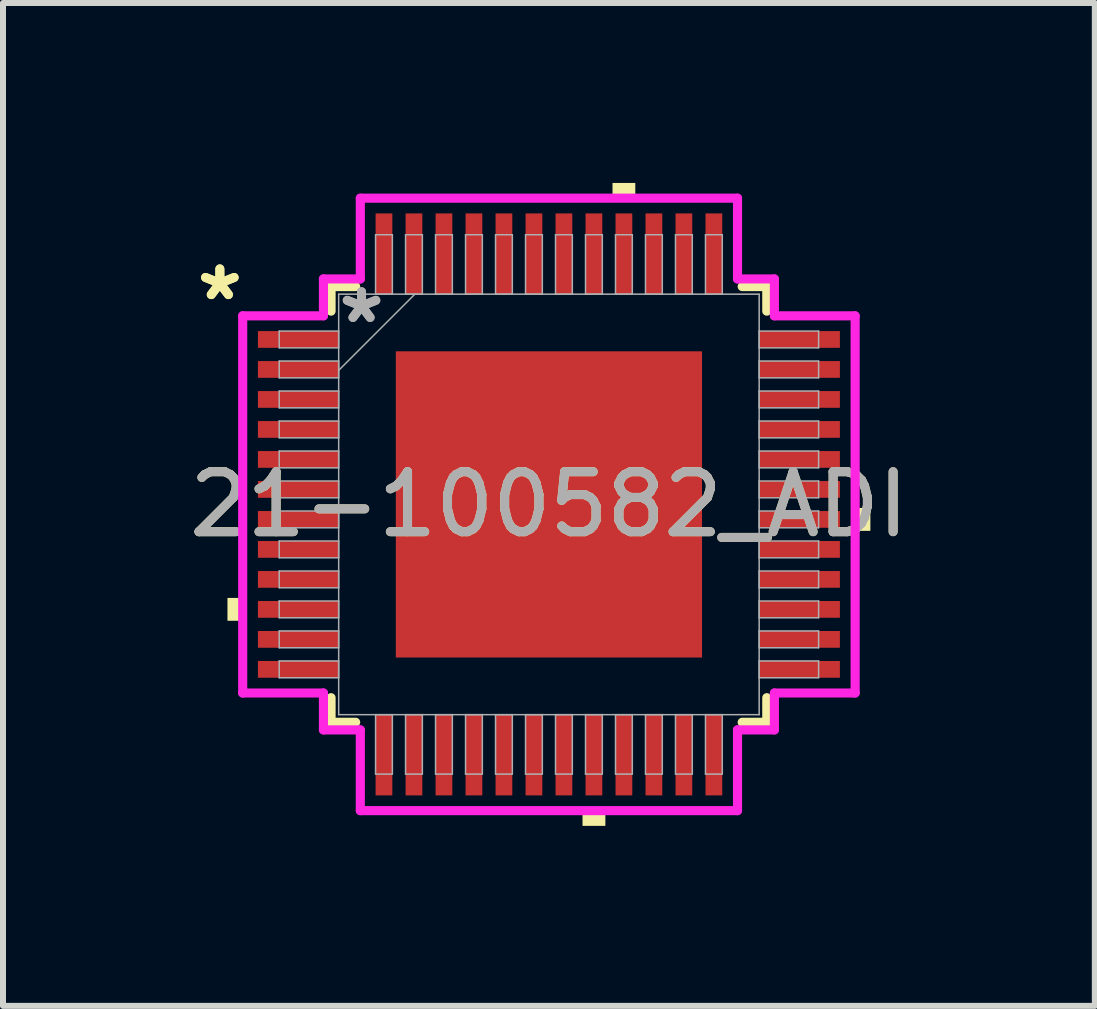
<source format=kicad_pcb>
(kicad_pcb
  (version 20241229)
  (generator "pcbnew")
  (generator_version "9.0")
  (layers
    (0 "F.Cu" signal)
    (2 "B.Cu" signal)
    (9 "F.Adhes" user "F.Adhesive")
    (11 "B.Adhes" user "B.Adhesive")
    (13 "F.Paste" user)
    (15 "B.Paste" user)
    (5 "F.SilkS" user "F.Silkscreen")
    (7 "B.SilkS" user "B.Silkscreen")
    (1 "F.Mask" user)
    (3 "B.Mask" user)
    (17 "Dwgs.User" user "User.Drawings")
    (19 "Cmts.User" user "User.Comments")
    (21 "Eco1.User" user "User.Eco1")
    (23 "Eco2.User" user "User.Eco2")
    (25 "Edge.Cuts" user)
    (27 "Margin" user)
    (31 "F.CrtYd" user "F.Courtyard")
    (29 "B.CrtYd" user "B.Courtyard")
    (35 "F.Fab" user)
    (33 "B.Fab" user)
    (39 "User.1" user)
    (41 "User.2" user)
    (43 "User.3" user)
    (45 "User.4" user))
  (footprint "21-100582_ADI"
    (layer "F.Cu")
    (at 6.101 5.359)
    (property "Reference" "21-100582_ADI" (at 0 0 0) (unlocked yes) (layer "F.SilkS") (effects (font (size 1 1) (thickness 0.15))))
    (attr smd)
    (fp_line (start -3.632 -3.632) (end -3.632 -3.222) (stroke (width 0.152) (type solid)) (layer "F.SilkS"))
    (fp_line (start -3.632 3.222) (end -3.632 3.632) (stroke (width 0.152) (type solid)) (layer "F.SilkS"))
    (fp_line (start -3.632 3.632) (end -3.222 3.632) (stroke (width 0.152) (type solid)) (layer "F.SilkS"))
    (fp_line (start -3.222 -3.632) (end -3.632 -3.632) (stroke (width 0.152) (type solid)) (layer "F.SilkS"))
    (fp_line (start 3.222 3.632) (end 3.632 3.632) (stroke (width 0.152) (type solid)) (layer "F.SilkS"))
    (fp_line (start 3.632 -3.632) (end 3.222 -3.632) (stroke (width 0.152) (type solid)) (layer "F.SilkS"))
    (fp_line (start 3.632 -3.222) (end 3.632 -3.632) (stroke (width 0.152) (type solid)) (layer "F.SilkS"))
    (fp_line (start 3.632 3.632) (end 3.632 3.222) (stroke (width 0.152) (type solid)) (layer "F.SilkS"))
    (fp_poly (pts (xy -5.359 1.559) (xy -5.359 1.94) (xy -5.105 1.94) (xy -5.105 1.559)) (stroke (width 0) (type solid)) (fill yes) (layer "F.SilkS"))
    (fp_poly (pts (xy 0.56 5.105) (xy 0.56 5.359) (xy 0.941 5.359) (xy 0.941 5.105)) (stroke (width 0) (type solid)) (fill yes) (layer "F.SilkS"))
    (fp_poly (pts (xy 1.06 -5.105) (xy 1.06 -5.359) (xy 1.44 -5.359) (xy 1.44 -5.105)) (stroke (width 0) (type solid)) (fill yes) (layer "F.SilkS"))
    (fp_poly (pts (xy 5.359 0.059) (xy 5.359 0.441) (xy 5.105 0.441) (xy 5.105 0.059)) (stroke (width 0) (type solid)) (fill yes) (layer "F.SilkS"))
    (fp_poly (pts (xy -2.453 -2.453) (xy -2.453 -1.376) (xy -1.376 -1.376) (xy -1.376 -2.453)) (stroke (width 0) (type solid)) (fill yes) (layer "F.Paste"))
    (fp_poly (pts (xy -2.453 -1.176) (xy -2.453 -0.1) (xy -1.376 -0.1) (xy -1.376 -1.176)) (stroke (width 0) (type solid)) (fill yes) (layer "F.Paste"))
    (fp_poly (pts (xy -2.453 0.1) (xy -2.453 1.176) (xy -1.376 1.176) (xy -1.376 0.1)) (stroke (width 0) (type solid)) (fill yes) (layer "F.Paste"))
    (fp_poly (pts (xy -2.453 1.376) (xy -2.453 2.453) (xy -1.376 2.453) (xy -1.376 1.376)) (stroke (width 0) (type solid)) (fill yes) (layer "F.Paste"))
    (fp_poly (pts (xy -1.176 -2.453) (xy -1.176 -1.376) (xy -0.1 -1.376) (xy -0.1 -2.453)) (stroke (width 0) (type solid)) (fill yes) (layer "F.Paste"))
    (fp_poly (pts (xy -1.176 -1.176) (xy -1.176 -0.1) (xy -0.1 -0.1) (xy -0.1 -1.176)) (stroke (width 0) (type solid)) (fill yes) (layer "F.Paste"))
    (fp_poly (pts (xy -1.176 0.1) (xy -1.176 1.176) (xy -0.1 1.176) (xy -0.1 0.1)) (stroke (width 0) (type solid)) (fill yes) (layer "F.Paste"))
    (fp_poly (pts (xy -1.176 1.376) (xy -1.176 2.453) (xy -0.1 2.453) (xy -0.1 1.376)) (stroke (width 0) (type solid)) (fill yes) (layer "F.Paste"))
    (fp_poly (pts (xy 0.1 -2.453) (xy 0.1 -1.376) (xy 1.176 -1.376) (xy 1.176 -2.453)) (stroke (width 0) (type solid)) (fill yes) (layer "F.Paste"))
    (fp_poly (pts (xy 0.1 -1.176) (xy 0.1 -0.1) (xy 1.176 -0.1) (xy 1.176 -1.176)) (stroke (width 0) (type solid)) (fill yes) (layer "F.Paste"))
    (fp_poly (pts (xy 0.1 0.1) (xy 0.1 1.176) (xy 1.176 1.176) (xy 1.176 0.1)) (stroke (width 0) (type solid)) (fill yes) (layer "F.Paste"))
    (fp_poly (pts (xy 0.1 1.376) (xy 0.1 2.453) (xy 1.176 2.453) (xy 1.176 1.376)) (stroke (width 0) (type solid)) (fill yes) (layer "F.Paste"))
    (fp_poly (pts (xy 1.376 -2.453) (xy 1.376 -1.376) (xy 2.453 -1.376) (xy 2.453 -2.453)) (stroke (width 0) (type solid)) (fill yes) (layer "F.Paste"))
    (fp_poly (pts (xy 1.376 -1.176) (xy 1.376 -0.1) (xy 2.453 -0.1) (xy 2.453 -1.176)) (stroke (width 0) (type solid)) (fill yes) (layer "F.Paste"))
    (fp_poly (pts (xy 1.376 0.1) (xy 1.376 1.176) (xy 2.453 1.176) (xy 2.453 0.1)) (stroke (width 0) (type solid)) (fill yes) (layer "F.Paste"))
    (fp_poly (pts (xy 1.376 1.376) (xy 1.376 2.453) (xy 2.453 2.453) (xy 2.453 1.376)) (stroke (width 0) (type solid)) (fill yes) (layer "F.Paste"))
    (fp_line (start -5.105 -3.144) (end -3.759 -3.144) (stroke (width 0.152) (type solid)) (layer "F.CrtYd"))
    (fp_line (start -5.105 3.144) (end -5.105 -3.144) (stroke (width 0.152) (type solid)) (layer "F.CrtYd"))
    (fp_line (start -3.759 -3.759) (end -3.144 -3.759) (stroke (width 0.152) (type solid)) (layer "F.CrtYd"))
    (fp_line (start -3.759 -3.144) (end -3.759 -3.759) (stroke (width 0.152) (type solid)) (layer "F.CrtYd"))
    (fp_line (start -3.759 3.144) (end -5.105 3.144) (stroke (width 0.152) (type solid)) (layer "F.CrtYd"))
    (fp_line (start -3.759 3.759) (end -3.759 3.144) (stroke (width 0.152) (type solid)) (layer "F.CrtYd"))
    (fp_line (start -3.759 3.759) (end -3.144 3.759) (stroke (width 0.152) (type solid)) (layer "F.CrtYd"))
    (fp_line (start -3.144 -5.105) (end 3.144 -5.105) (stroke (width 0.152) (type solid)) (layer "F.CrtYd"))
    (fp_line (start -3.144 -3.759) (end -3.144 -5.105) (stroke (width 0.152) (type solid)) (layer "F.CrtYd"))
    (fp_line (start -3.144 3.759) (end -3.144 5.105) (stroke (width 0.152) (type solid)) (layer "F.CrtYd"))
    (fp_line (start -3.144 5.105) (end 3.144 5.105) (stroke (width 0.152) (type solid)) (layer "F.CrtYd"))
    (fp_line (start 3.144 -5.105) (end 3.144 -3.759) (stroke (width 0.152) (type solid)) (layer "F.CrtYd"))
    (fp_line (start 3.144 -3.759) (end 3.759 -3.759) (stroke (width 0.152) (type solid)) (layer "F.CrtYd"))
    (fp_line (start 3.144 3.759) (end 3.759 3.759) (stroke (width 0.152) (type solid)) (layer "F.CrtYd"))
    (fp_line (start 3.144 5.105) (end 3.144 3.759) (stroke (width 0.152) (type solid)) (layer "F.CrtYd"))
    (fp_line (start 3.759 -3.144) (end 3.759 -3.759) (stroke (width 0.152) (type solid)) (layer "F.CrtYd"))
    (fp_line (start 3.759 3.144) (end 5.105 3.144) (stroke (width 0.152) (type solid)) (layer "F.CrtYd"))
    (fp_line (start 3.759 3.759) (end 3.759 3.144) (stroke (width 0.152) (type solid)) (layer "F.CrtYd"))
    (fp_line (start 5.105 -3.144) (end 3.759 -3.144) (stroke (width 0.152) (type solid)) (layer "F.CrtYd"))
    (fp_line (start 5.105 3.144) (end 5.105 -3.144) (stroke (width 0.152) (type solid)) (layer "F.CrtYd"))
    (fp_line (start -4.496 -2.89) (end -4.496 -2.61) (stroke (width 0.025) (type solid)) (layer "F.Fab"))
    (fp_line (start -4.496 -2.61) (end -3.505 -2.61) (stroke (width 0.025) (type solid)) (layer "F.Fab"))
    (fp_line (start -4.496 -2.39) (end -4.496 -2.11) (stroke (width 0.025) (type solid)) (layer "F.Fab"))
    (fp_line (start -4.496 -2.11) (end -3.505 -2.11) (stroke (width 0.025) (type solid)) (layer "F.Fab"))
    (fp_line (start -4.496 -1.89) (end -4.496 -1.61) (stroke (width 0.025) (type solid)) (layer "F.Fab"))
    (fp_line (start -4.496 -1.61) (end -3.505 -1.61) (stroke (width 0.025) (type solid)) (layer "F.Fab"))
    (fp_line (start -4.496 -1.39) (end -4.496 -1.11) (stroke (width 0.025) (type solid)) (layer "F.Fab"))
    (fp_line (start -4.496 -1.11) (end -3.505 -1.11) (stroke (width 0.025) (type solid)) (layer "F.Fab"))
    (fp_line (start -4.496 -0.89) (end -4.496 -0.61) (stroke (width 0.025) (type solid)) (layer "F.Fab"))
    (fp_line (start -4.496 -0.61) (end -3.505 -0.61) (stroke (width 0.025) (type solid)) (layer "F.Fab"))
    (fp_line (start -4.496 -0.39) (end -4.496 -0.11) (stroke (width 0.025) (type solid)) (layer "F.Fab"))
    (fp_line (start -4.496 -0.11) (end -3.505 -0.11) (stroke (width 0.025) (type solid)) (layer "F.Fab"))
    (fp_line (start -4.496 0.11) (end -4.496 0.39) (stroke (width 0.025) (type solid)) (layer "F.Fab"))
    (fp_line (start -4.496 0.39) (end -3.505 0.39) (stroke (width 0.025) (type solid)) (layer "F.Fab"))
    (fp_line (start -4.496 0.61) (end -4.496 0.89) (stroke (width 0.025) (type solid)) (layer "F.Fab"))
    (fp_line (start -4.496 0.89) (end -3.505 0.89) (stroke (width 0.025) (type solid)) (layer "F.Fab"))
    (fp_line (start -4.496 1.11) (end -4.496 1.39) (stroke (width 0.025) (type solid)) (layer "F.Fab"))
    (fp_line (start -4.496 1.39) (end -3.505 1.39) (stroke (width 0.025) (type solid)) (layer "F.Fab"))
    (fp_line (start -4.496 1.61) (end -4.496 1.89) (stroke (width 0.025) (type solid)) (layer "F.Fab"))
    (fp_line (start -4.496 1.89) (end -3.505 1.89) (stroke (width 0.025) (type solid)) (layer "F.Fab"))
    (fp_line (start -4.496 2.11) (end -4.496 2.39) (stroke (width 0.025) (type solid)) (layer "F.Fab"))
    (fp_line (start -4.496 2.39) (end -3.505 2.39) (stroke (width 0.025) (type solid)) (layer "F.Fab"))
    (fp_line (start -4.496 2.61) (end -4.496 2.89) (stroke (width 0.025) (type solid)) (layer "F.Fab"))
    (fp_line (start -4.496 2.89) (end -3.505 2.89) (stroke (width 0.025) (type solid)) (layer "F.Fab"))
    (fp_line (start -3.505 -3.505) (end -3.505 3.505) (stroke (width 0.025) (type solid)) (layer "F.Fab"))
    (fp_line (start -3.505 -2.89) (end -4.496 -2.89) (stroke (width 0.025) (type solid)) (layer "F.Fab"))
    (fp_line (start -3.505 -2.61) (end -3.505 -2.89) (stroke (width 0.025) (type solid)) (layer "F.Fab"))
    (fp_line (start -3.505 -2.39) (end -4.496 -2.39) (stroke (width 0.025) (type solid)) (layer "F.Fab"))
    (fp_line (start -3.505 -2.235) (end -2.235 -3.505) (stroke (width 0.025) (type solid)) (layer "F.Fab"))
    (fp_line (start -3.505 -2.11) (end -3.505 -2.39) (stroke (width 0.025) (type solid)) (layer "F.Fab"))
    (fp_line (start -3.505 -1.89) (end -4.496 -1.89) (stroke (width 0.025) (type solid)) (layer "F.Fab"))
    (fp_line (start -3.505 -1.61) (end -3.505 -1.89) (stroke (width 0.025) (type solid)) (layer "F.Fab"))
    (fp_line (start -3.505 -1.39) (end -4.496 -1.39) (stroke (width 0.025) (type solid)) (layer "F.Fab"))
    (fp_line (start -3.505 -1.11) (end -3.505 -1.39) (stroke (width 0.025) (type solid)) (layer "F.Fab"))
    (fp_line (start -3.505 -0.89) (end -4.496 -0.89) (stroke (width 0.025) (type solid)) (layer "F.Fab"))
    (fp_line (start -3.505 -0.61) (end -3.505 -0.89) (stroke (width 0.025) (type solid)) (layer "F.Fab"))
    (fp_line (start -3.505 -0.39) (end -4.496 -0.39) (stroke (width 0.025) (type solid)) (layer "F.Fab"))
    (fp_line (start -3.505 -0.11) (end -3.505 -0.39) (stroke (width 0.025) (type solid)) (layer "F.Fab"))
    (fp_line (start -3.505 0.11) (end -4.496 0.11) (stroke (width 0.025) (type solid)) (layer "F.Fab"))
    (fp_line (start -3.505 0.39) (end -3.505 0.11) (stroke (width 0.025) (type solid)) (layer "F.Fab"))
    (fp_line (start -3.505 0.61) (end -4.496 0.61) (stroke (width 0.025) (type solid)) (layer "F.Fab"))
    (fp_line (start -3.505 0.89) (end -3.505 0.61) (stroke (width 0.025) (type solid)) (layer "F.Fab"))
    (fp_line (start -3.505 1.11) (end -4.496 1.11) (stroke (width 0.025) (type solid)) (layer "F.Fab"))
    (fp_line (start -3.505 1.39) (end -3.505 1.11) (stroke (width 0.025) (type solid)) (layer "F.Fab"))
    (fp_line (start -3.505 1.61) (end -4.496 1.61) (stroke (width 0.025) (type solid)) (layer "F.Fab"))
    (fp_line (start -3.505 1.89) (end -3.505 1.61) (stroke (width 0.025) (type solid)) (layer "F.Fab"))
    (fp_line (start -3.505 2.11) (end -4.496 2.11) (stroke (width 0.025) (type solid)) (layer "F.Fab"))
    (fp_line (start -3.505 2.39) (end -3.505 2.11) (stroke (width 0.025) (type solid)) (layer "F.Fab"))
    (fp_line (start -3.505 2.61) (end -4.496 2.61) (stroke (width 0.025) (type solid)) (layer "F.Fab"))
    (fp_line (start -3.505 2.89) (end -3.505 2.61) (stroke (width 0.025) (type solid)) (layer "F.Fab"))
    (fp_line (start -3.505 3.505) (end 3.505 3.505) (stroke (width 0.025) (type solid)) (layer "F.Fab"))
    (fp_line (start -2.89 -4.496) (end -2.89 -3.505) (stroke (width 0.025) (type solid)) (layer "F.Fab"))
    (fp_line (start -2.89 -3.505) (end -2.61 -3.505) (stroke (width 0.025) (type solid)) (layer "F.Fab"))
    (fp_line (start -2.89 3.505) (end -2.89 4.496) (stroke (width 0.025) (type solid)) (layer "F.Fab"))
    (fp_line (start -2.89 4.496) (end -2.61 4.496) (stroke (width 0.025) (type solid)) (layer "F.Fab"))
    (fp_line (start -2.61 -4.496) (end -2.89 -4.496) (stroke (width 0.025) (type solid)) (layer "F.Fab"))
    (fp_line (start -2.61 -3.505) (end -2.61 -4.496) (stroke (width 0.025) (type solid)) (layer "F.Fab"))
    (fp_line (start -2.61 3.505) (end -2.89 3.505) (stroke (width 0.025) (type solid)) (layer "F.Fab"))
    (fp_line (start -2.61 4.496) (end -2.61 3.505) (stroke (width 0.025) (type solid)) (layer "F.Fab"))
    (fp_line (start -2.39 -4.496) (end -2.39 -3.505) (stroke (width 0.025) (type solid)) (layer "F.Fab"))
    (fp_line (start -2.39 -3.505) (end -2.11 -3.505) (stroke (width 0.025) (type solid)) (layer "F.Fab"))
    (fp_line (start -2.39 3.505) (end -2.39 4.496) (stroke (width 0.025) (type solid)) (layer "F.Fab"))
    (fp_line (start -2.39 4.496) (end -2.11 4.496) (stroke (width 0.025) (type solid)) (layer "F.Fab"))
    (fp_line (start -2.11 -4.496) (end -2.39 -4.496) (stroke (width 0.025) (type solid)) (layer "F.Fab"))
    (fp_line (start -2.11 -3.505) (end -2.11 -4.496) (stroke (width 0.025) (type solid)) (layer "F.Fab"))
    (fp_line (start -2.11 3.505) (end -2.39 3.505) (stroke (width 0.025) (type solid)) (layer "F.Fab"))
    (fp_line (start -2.11 4.496) (end -2.11 3.505) (stroke (width 0.025) (type solid)) (layer "F.Fab"))
    (fp_line (start -1.89 -4.496) (end -1.89 -3.505) (stroke (width 0.025) (type solid)) (layer "F.Fab"))
    (fp_line (start -1.89 -3.505) (end -1.61 -3.505) (stroke (width 0.025) (type solid)) (layer "F.Fab"))
    (fp_line (start -1.89 3.505) (end -1.89 4.496) (stroke (width 0.025) (type solid)) (layer "F.Fab"))
    (fp_line (start -1.89 4.496) (end -1.61 4.496) (stroke (width 0.025) (type solid)) (layer "F.Fab"))
    (fp_line (start -1.61 -4.496) (end -1.89 -4.496) (stroke (width 0.025) (type solid)) (layer "F.Fab"))
    (fp_line (start -1.61 -3.505) (end -1.61 -4.496) (stroke (width 0.025) (type solid)) (layer "F.Fab"))
    (fp_line (start -1.61 3.505) (end -1.89 3.505) (stroke (width 0.025) (type solid)) (layer "F.Fab"))
    (fp_line (start -1.61 4.496) (end -1.61 3.505) (stroke (width 0.025) (type solid)) (layer "F.Fab"))
    (fp_line (start -1.39 -4.496) (end -1.39 -3.505) (stroke (width 0.025) (type solid)) (layer "F.Fab"))
    (fp_line (start -1.39 -3.505) (end -1.11 -3.505) (stroke (width 0.025) (type solid)) (layer "F.Fab"))
    (fp_line (start -1.39 3.505) (end -1.39 4.496) (stroke (width 0.025) (type solid)) (layer "F.Fab"))
    (fp_line (start -1.39 4.496) (end -1.11 4.496) (stroke (width 0.025) (type solid)) (layer "F.Fab"))
    (fp_line (start -1.11 -4.496) (end -1.39 -4.496) (stroke (width 0.025) (type solid)) (layer "F.Fab"))
    (fp_line (start -1.11 -3.505) (end -1.11 -4.496) (stroke (width 0.025) (type solid)) (layer "F.Fab"))
    (fp_line (start -1.11 3.505) (end -1.39 3.505) (stroke (width 0.025) (type solid)) (layer "F.Fab"))
    (fp_line (start -1.11 4.496) (end -1.11 3.505) (stroke (width 0.025) (type solid)) (layer "F.Fab"))
    (fp_line (start -0.89 -4.496) (end -0.89 -3.505) (stroke (width 0.025) (type solid)) (layer "F.Fab"))
    (fp_line (start -0.89 -3.505) (end -0.61 -3.505) (stroke (width 0.025) (type solid)) (layer "F.Fab"))
    (fp_line (start -0.89 3.505) (end -0.89 4.496) (stroke (width 0.025) (type solid)) (layer "F.Fab"))
    (fp_line (start -0.89 4.496) (end -0.61 4.496) (stroke (width 0.025) (type solid)) (layer "F.Fab"))
    (fp_line (start -0.61 -4.496) (end -0.89 -4.496) (stroke (width 0.025) (type solid)) (layer "F.Fab"))
    (fp_line (start -0.61 -3.505) (end -0.61 -4.496) (stroke (width 0.025) (type solid)) (layer "F.Fab"))
    (fp_line (start -0.61 3.505) (end -0.89 3.505) (stroke (width 0.025) (type solid)) (layer "F.Fab"))
    (fp_line (start -0.61 4.496) (end -0.61 3.505) (stroke (width 0.025) (type solid)) (layer "F.Fab"))
    (fp_line (start -0.39 -4.496) (end -0.39 -3.505) (stroke (width 0.025) (type solid)) (layer "F.Fab"))
    (fp_line (start -0.39 -3.505) (end -0.11 -3.505) (stroke (width 0.025) (type solid)) (layer "F.Fab"))
    (fp_line (start -0.39 3.505) (end -0.39 4.496) (stroke (width 0.025) (type solid)) (layer "F.Fab"))
    (fp_line (start -0.39 4.496) (end -0.11 4.496) (stroke (width 0.025) (type solid)) (layer "F.Fab"))
    (fp_line (start -0.11 -4.496) (end -0.39 -4.496) (stroke (width 0.025) (type solid)) (layer "F.Fab"))
    (fp_line (start -0.11 -3.505) (end -0.11 -4.496) (stroke (width 0.025) (type solid)) (layer "F.Fab"))
    (fp_line (start -0.11 3.505) (end -0.39 3.505) (stroke (width 0.025) (type solid)) (layer "F.Fab"))
    (fp_line (start -0.11 4.496) (end -0.11 3.505) (stroke (width 0.025) (type solid)) (layer "F.Fab"))
    (fp_line (start 0.11 -4.496) (end 0.11 -3.505) (stroke (width 0.025) (type solid)) (layer "F.Fab"))
    (fp_line (start 0.11 -3.505) (end 0.39 -3.505) (stroke (width 0.025) (type solid)) (layer "F.Fab"))
    (fp_line (start 0.11 3.505) (end 0.11 4.496) (stroke (width 0.025) (type solid)) (layer "F.Fab"))
    (fp_line (start 0.11 4.496) (end 0.39 4.496) (stroke (width 0.025) (type solid)) (layer "F.Fab"))
    (fp_line (start 0.39 -4.496) (end 0.11 -4.496) (stroke (width 0.025) (type solid)) (layer "F.Fab"))
    (fp_line (start 0.39 -3.505) (end 0.39 -4.496) (stroke (width 0.025) (type solid)) (layer "F.Fab"))
    (fp_line (start 0.39 3.505) (end 0.11 3.505) (stroke (width 0.025) (type solid)) (layer "F.Fab"))
    (fp_line (start 0.39 4.496) (end 0.39 3.505) (stroke (width 0.025) (type solid)) (layer "F.Fab"))
    (fp_line (start 0.61 -4.496) (end 0.61 -3.505) (stroke (width 0.025) (type solid)) (layer "F.Fab"))
    (fp_line (start 0.61 -3.505) (end 0.89 -3.505) (stroke (width 0.025) (type solid)) (layer "F.Fab"))
    (fp_line (start 0.61 3.505) (end 0.61 4.496) (stroke (width 0.025) (type solid)) (layer "F.Fab"))
    (fp_line (start 0.61 4.496) (end 0.89 4.496) (stroke (width 0.025) (type solid)) (layer "F.Fab"))
    (fp_line (start 0.89 -4.496) (end 0.61 -4.496) (stroke (width 0.025) (type solid)) (layer "F.Fab"))
    (fp_line (start 0.89 -3.505) (end 0.89 -4.496) (stroke (width 0.025) (type solid)) (layer "F.Fab"))
    (fp_line (start 0.89 3.505) (end 0.61 3.505) (stroke (width 0.025) (type solid)) (layer "F.Fab"))
    (fp_line (start 0.89 4.496) (end 0.89 3.505) (stroke (width 0.025) (type solid)) (layer "F.Fab"))
    (fp_line (start 1.11 -4.496) (end 1.11 -3.505) (stroke (width 0.025) (type solid)) (layer "F.Fab"))
    (fp_line (start 1.11 -3.505) (end 1.39 -3.505) (stroke (width 0.025) (type solid)) (layer "F.Fab"))
    (fp_line (start 1.11 3.505) (end 1.11 4.496) (stroke (width 0.025) (type solid)) (layer "F.Fab"))
    (fp_line (start 1.11 4.496) (end 1.39 4.496) (stroke (width 0.025) (type solid)) (layer "F.Fab"))
    (fp_line (start 1.39 -4.496) (end 1.11 -4.496) (stroke (width 0.025) (type solid)) (layer "F.Fab"))
    (fp_line (start 1.39 -3.505) (end 1.39 -4.496) (stroke (width 0.025) (type solid)) (layer "F.Fab"))
    (fp_line (start 1.39 3.505) (end 1.11 3.505) (stroke (width 0.025) (type solid)) (layer "F.Fab"))
    (fp_line (start 1.39 4.496) (end 1.39 3.505) (stroke (width 0.025) (type solid)) (layer "F.Fab"))
    (fp_line (start 1.61 -4.496) (end 1.61 -3.505) (stroke (width 0.025) (type solid)) (layer "F.Fab"))
    (fp_line (start 1.61 -3.505) (end 1.89 -3.505) (stroke (width 0.025) (type solid)) (layer "F.Fab"))
    (fp_line (start 1.61 3.505) (end 1.61 4.496) (stroke (width 0.025) (type solid)) (layer "F.Fab"))
    (fp_line (start 1.61 4.496) (end 1.89 4.496) (stroke (width 0.025) (type solid)) (layer "F.Fab"))
    (fp_line (start 1.89 -4.496) (end 1.61 -4.496) (stroke (width 0.025) (type solid)) (layer "F.Fab"))
    (fp_line (start 1.89 -3.505) (end 1.89 -4.496) (stroke (width 0.025) (type solid)) (layer "F.Fab"))
    (fp_line (start 1.89 3.505) (end 1.61 3.505) (stroke (width 0.025) (type solid)) (layer "F.Fab"))
    (fp_line (start 1.89 4.496) (end 1.89 3.505) (stroke (width 0.025) (type solid)) (layer "F.Fab"))
    (fp_line (start 2.11 -4.496) (end 2.11 -3.505) (stroke (width 0.025) (type solid)) (layer "F.Fab"))
    (fp_line (start 2.11 -3.505) (end 2.39 -3.505) (stroke (width 0.025) (type solid)) (layer "F.Fab"))
    (fp_line (start 2.11 3.505) (end 2.11 4.496) (stroke (width 0.025) (type solid)) (layer "F.Fab"))
    (fp_line (start 2.11 4.496) (end 2.39 4.496) (stroke (width 0.025) (type solid)) (layer "F.Fab"))
    (fp_line (start 2.39 -4.496) (end 2.11 -4.496) (stroke (width 0.025) (type solid)) (layer "F.Fab"))
    (fp_line (start 2.39 -3.505) (end 2.39 -4.496) (stroke (width 0.025) (type solid)) (layer "F.Fab"))
    (fp_line (start 2.39 3.505) (end 2.11 3.505) (stroke (width 0.025) (type solid)) (layer "F.Fab"))
    (fp_line (start 2.39 4.496) (end 2.39 3.505) (stroke (width 0.025) (type solid)) (layer "F.Fab"))
    (fp_line (start 2.61 -4.496) (end 2.61 -3.505) (stroke (width 0.025) (type solid)) (layer "F.Fab"))
    (fp_line (start 2.61 -3.505) (end 2.89 -3.505) (stroke (width 0.025) (type solid)) (layer "F.Fab"))
    (fp_line (start 2.61 3.505) (end 2.61 4.496) (stroke (width 0.025) (type solid)) (layer "F.Fab"))
    (fp_line (start 2.61 4.496) (end 2.89 4.496) (stroke (width 0.025) (type solid)) (layer "F.Fab"))
    (fp_line (start 2.89 -4.496) (end 2.61 -4.496) (stroke (width 0.025) (type solid)) (layer "F.Fab"))
    (fp_line (start 2.89 -3.505) (end 2.89 -4.496) (stroke (width 0.025) (type solid)) (layer "F.Fab"))
    (fp_line (start 2.89 3.505) (end 2.61 3.505) (stroke (width 0.025) (type solid)) (layer "F.Fab"))
    (fp_line (start 2.89 4.496) (end 2.89 3.505) (stroke (width 0.025) (type solid)) (layer "F.Fab"))
    (fp_line (start 3.505 -3.505) (end -3.505 -3.505) (stroke (width 0.025) (type solid)) (layer "F.Fab"))
    (fp_line (start 3.505 -2.89) (end 3.505 -2.61) (stroke (width 0.025) (type solid)) (layer "F.Fab"))
    (fp_line (start 3.505 -2.61) (end 4.496 -2.61) (stroke (width 0.025) (type solid)) (layer "F.Fab"))
    (fp_line (start 3.505 -2.39) (end 3.505 -2.11) (stroke (width 0.025) (type solid)) (layer "F.Fab"))
    (fp_line (start 3.505 -2.11) (end 4.496 -2.11) (stroke (width 0.025) (type solid)) (layer "F.Fab"))
    (fp_line (start 3.505 -1.89) (end 3.505 -1.61) (stroke (width 0.025) (type solid)) (layer "F.Fab"))
    (fp_line (start 3.505 -1.61) (end 4.496 -1.61) (stroke (width 0.025) (type solid)) (layer "F.Fab"))
    (fp_line (start 3.505 -1.39) (end 3.505 -1.11) (stroke (width 0.025) (type solid)) (layer "F.Fab"))
    (fp_line (start 3.505 -1.11) (end 4.496 -1.11) (stroke (width 0.025) (type solid)) (layer "F.Fab"))
    (fp_line (start 3.505 -0.89) (end 3.505 -0.61) (stroke (width 0.025) (type solid)) (layer "F.Fab"))
    (fp_line (start 3.505 -0.61) (end 4.496 -0.61) (stroke (width 0.025) (type solid)) (layer "F.Fab"))
    (fp_line (start 3.505 -0.39) (end 3.505 -0.11) (stroke (width 0.025) (type solid)) (layer "F.Fab"))
    (fp_line (start 3.505 -0.11) (end 4.496 -0.11) (stroke (width 0.025) (type solid)) (layer "F.Fab"))
    (fp_line (start 3.505 0.11) (end 3.505 0.39) (stroke (width 0.025) (type solid)) (layer "F.Fab"))
    (fp_line (start 3.505 0.39) (end 4.496 0.39) (stroke (width 0.025) (type solid)) (layer "F.Fab"))
    (fp_line (start 3.505 0.61) (end 3.505 0.89) (stroke (width 0.025) (type solid)) (layer "F.Fab"))
    (fp_line (start 3.505 0.89) (end 4.496 0.89) (stroke (width 0.025) (type solid)) (layer "F.Fab"))
    (fp_line (start 3.505 1.11) (end 3.505 1.39) (stroke (width 0.025) (type solid)) (layer "F.Fab"))
    (fp_line (start 3.505 1.39) (end 4.496 1.39) (stroke (width 0.025) (type solid)) (layer "F.Fab"))
    (fp_line (start 3.505 1.61) (end 3.505 1.89) (stroke (width 0.025) (type solid)) (layer "F.Fab"))
    (fp_line (start 3.505 1.89) (end 4.496 1.89) (stroke (width 0.025) (type solid)) (layer "F.Fab"))
    (fp_line (start 3.505 2.11) (end 3.505 2.39) (stroke (width 0.025) (type solid)) (layer "F.Fab"))
    (fp_line (start 3.505 2.39) (end 4.496 2.39) (stroke (width 0.025) (type solid)) (layer "F.Fab"))
    (fp_line (start 3.505 2.61) (end 3.505 2.89) (stroke (width 0.025) (type solid)) (layer "F.Fab"))
    (fp_line (start 3.505 2.89) (end 4.496 2.89) (stroke (width 0.025) (type solid)) (layer "F.Fab"))
    (fp_line (start 3.505 3.505) (end 3.505 -3.505) (stroke (width 0.025) (type solid)) (layer "F.Fab"))
    (fp_line (start 4.496 -2.89) (end 3.505 -2.89) (stroke (width 0.025) (type solid)) (layer "F.Fab"))
    (fp_line (start 4.496 -2.61) (end 4.496 -2.89) (stroke (width 0.025) (type solid)) (layer "F.Fab"))
    (fp_line (start 4.496 -2.39) (end 3.505 -2.39) (stroke (width 0.025) (type solid)) (layer "F.Fab"))
    (fp_line (start 4.496 -2.11) (end 4.496 -2.39) (stroke (width 0.025) (type solid)) (layer "F.Fab"))
    (fp_line (start 4.496 -1.89) (end 3.505 -1.89) (stroke (width 0.025) (type solid)) (layer "F.Fab"))
    (fp_line (start 4.496 -1.61) (end 4.496 -1.89) (stroke (width 0.025) (type solid)) (layer "F.Fab"))
    (fp_line (start 4.496 -1.39) (end 3.505 -1.39) (stroke (width 0.025) (type solid)) (layer "F.Fab"))
    (fp_line (start 4.496 -1.11) (end 4.496 -1.39) (stroke (width 0.025) (type solid)) (layer "F.Fab"))
    (fp_line (start 4.496 -0.89) (end 3.505 -0.89) (stroke (width 0.025) (type solid)) (layer "F.Fab"))
    (fp_line (start 4.496 -0.61) (end 4.496 -0.89) (stroke (width 0.025) (type solid)) (layer "F.Fab"))
    (fp_line (start 4.496 -0.39) (end 3.505 -0.39) (stroke (width 0.025) (type solid)) (layer "F.Fab"))
    (fp_line (start 4.496 -0.11) (end 4.496 -0.39) (stroke (width 0.025) (type solid)) (layer "F.Fab"))
    (fp_line (start 4.496 0.11) (end 3.505 0.11) (stroke (width 0.025) (type solid)) (layer "F.Fab"))
    (fp_line (start 4.496 0.39) (end 4.496 0.11) (stroke (width 0.025) (type solid)) (layer "F.Fab"))
    (fp_line (start 4.496 0.61) (end 3.505 0.61) (stroke (width 0.025) (type solid)) (layer "F.Fab"))
    (fp_line (start 4.496 0.89) (end 4.496 0.61) (stroke (width 0.025) (type solid)) (layer "F.Fab"))
    (fp_line (start 4.496 1.11) (end 3.505 1.11) (stroke (width 0.025) (type solid)) (layer "F.Fab"))
    (fp_line (start 4.496 1.39) (end 4.496 1.11) (stroke (width 0.025) (type solid)) (layer "F.Fab"))
    (fp_line (start 4.496 1.61) (end 3.505 1.61) (stroke (width 0.025) (type solid)) (layer "F.Fab"))
    (fp_line (start 4.496 1.89) (end 4.496 1.61) (stroke (width 0.025) (type solid)) (layer "F.Fab"))
    (fp_line (start 4.496 2.11) (end 3.505 2.11) (stroke (width 0.025) (type solid)) (layer "F.Fab"))
    (fp_line (start 4.496 2.39) (end 4.496 2.11) (stroke (width 0.025) (type solid)) (layer "F.Fab"))
    (fp_line (start 4.496 2.61) (end 3.505 2.61) (stroke (width 0.025) (type solid)) (layer "F.Fab"))
    (fp_line (start 4.496 2.89) (end 4.496 2.61) (stroke (width 0.025) (type solid)) (layer "F.Fab"))
    (fp_text user "*" (at -5.486 -3.381 0) (unlocked yes) (layer "F.SilkS") (effects (font (size 1 1) (thickness 0.15))))
    (fp_text user "*" (at -5.486 -3.381 0) (layer "F.SilkS") (effects (font (size 1 1) (thickness 0.15))))
    (fp_text user "*" (at -3.124 -3 0) (layer "F.Fab") (effects (font (size 1 1) (thickness 0.15))))
    (fp_text user "*" (at -3.124 -3 0) (unlocked yes) (layer "F.Fab") (effects (font (size 1 1) (thickness 0.15))))
    (fp_text user "${REFERENCE}" (at 0 0 0) (unlocked yes) (layer "F.Fab") (effects (font (size 1 1) (thickness 0.15))))
    (pad "1" smd rect (at -4.178 -2.75 90) (size 0.279 1.346) (layers "F.Cu" "F.Mask" "F.Paste"))
    (pad "2" smd rect (at -4.178 -2.25 90) (size 0.279 1.346) (layers "F.Cu" "F.Mask" "F.Paste"))
    (pad "3" smd rect (at -4.178 -1.75 90) (size 0.279 1.346) (layers "F.Cu" "F.Mask" "F.Paste"))
    (pad "4" smd rect (at -4.178 -1.25 90) (size 0.279 1.346) (layers "F.Cu" "F.Mask" "F.Paste"))
    (pad "5" smd rect (at -4.178 -0.75 90) (size 0.279 1.346) (layers "F.Cu" "F.Mask" "F.Paste"))
    (pad "6" smd rect (at -4.178 -0.25 90) (size 0.279 1.346) (layers "F.Cu" "F.Mask" "F.Paste"))
    (pad "7" smd rect (at -4.178 0.25 90) (size 0.279 1.346) (layers "F.Cu" "F.Mask" "F.Paste"))
    (pad "8" smd rect (at -4.178 0.75 90) (size 0.279 1.346) (layers "F.Cu" "F.Mask" "F.Paste"))
    (pad "9" smd rect (at -4.178 1.25 90) (size 0.279 1.346) (layers "F.Cu" "F.Mask" "F.Paste"))
    (pad "10" smd rect (at -4.178 1.75 90) (size 0.279 1.346) (layers "F.Cu" "F.Mask" "F.Paste"))
    (pad "11" smd rect (at -4.178 2.25 90) (size 0.279 1.346) (layers "F.Cu" "F.Mask" "F.Paste"))
    (pad "12" smd rect (at -4.178 2.75 90) (size 0.279 1.346) (layers "F.Cu" "F.Mask" "F.Paste"))
    (pad "13" smd rect (at -2.75 4.178) (size 0.279 1.346) (layers "F.Cu" "F.Mask" "F.Paste"))
    (pad "14" smd rect (at -2.25 4.178) (size 0.279 1.346) (layers "F.Cu" "F.Mask" "F.Paste"))
    (pad "15" smd rect (at -1.75 4.178) (size 0.279 1.346) (layers "F.Cu" "F.Mask" "F.Paste"))
    (pad "16" smd rect (at -1.25 4.178) (size 0.279 1.346) (layers "F.Cu" "F.Mask" "F.Paste"))
    (pad "17" smd rect (at -0.75 4.178) (size 0.279 1.346) (layers "F.Cu" "F.Mask" "F.Paste"))
    (pad "18" smd rect (at -0.25 4.178) (size 0.279 1.346) (layers "F.Cu" "F.Mask" "F.Paste"))
    (pad "19" smd rect (at 0.25 4.178) (size 0.279 1.346) (layers "F.Cu" "F.Mask" "F.Paste"))
    (pad "20" smd rect (at 0.75 4.178) (size 0.279 1.346) (layers "F.Cu" "F.Mask" "F.Paste"))
    (pad "21" smd rect (at 1.25 4.178) (size 0.279 1.346) (layers "F.Cu" "F.Mask" "F.Paste"))
    (pad "22" smd rect (at 1.75 4.178) (size 0.279 1.346) (layers "F.Cu" "F.Mask" "F.Paste"))
    (pad "23" smd rect (at 2.25 4.178) (size 0.279 1.346) (layers "F.Cu" "F.Mask" "F.Paste"))
    (pad "24" smd rect (at 2.75 4.178) (size 0.279 1.346) (layers "F.Cu" "F.Mask" "F.Paste"))
    (pad "25" smd rect (at 4.178 2.75 90) (size 0.279 1.346) (layers "F.Cu" "F.Mask" "F.Paste"))
    (pad "26" smd rect (at 4.178 2.25 90) (size 0.279 1.346) (layers "F.Cu" "F.Mask" "F.Paste"))
    (pad "27" smd rect (at 4.178 1.75 90) (size 0.279 1.346) (layers "F.Cu" "F.Mask" "F.Paste"))
    (pad "28" smd rect (at 4.178 1.25 90) (size 0.279 1.346) (layers "F.Cu" "F.Mask" "F.Paste"))
    (pad "29" smd rect (at 4.178 0.75 90) (size 0.279 1.346) (layers "F.Cu" "F.Mask" "F.Paste"))
    (pad "30" smd rect (at 4.178 0.25 90) (size 0.279 1.346) (layers "F.Cu" "F.Mask" "F.Paste"))
    (pad "31" smd rect (at 4.178 -0.25 90) (size 0.279 1.346) (layers "F.Cu" "F.Mask" "F.Paste"))
    (pad "32" smd rect (at 4.178 -0.75 90) (size 0.279 1.346) (layers "F.Cu" "F.Mask" "F.Paste"))
    (pad "33" smd rect (at 4.178 -1.25 90) (size 0.279 1.346) (layers "F.Cu" "F.Mask" "F.Paste"))
    (pad "34" smd rect (at 4.178 -1.75 90) (size 0.279 1.346) (layers "F.Cu" "F.Mask" "F.Paste"))
    (pad "35" smd rect (at 4.178 -2.25 90) (size 0.279 1.346) (layers "F.Cu" "F.Mask" "F.Paste"))
    (pad "36" smd rect (at 4.178 -2.75 90) (size 0.279 1.346) (layers "F.Cu" "F.Mask" "F.Paste"))
    (pad "37" smd rect (at 2.75 -4.178) (size 0.279 1.346) (layers "F.Cu" "F.Mask" "F.Paste"))
    (pad "38" smd rect (at 2.25 -4.178) (size 0.279 1.346) (layers "F.Cu" "F.Mask" "F.Paste"))
    (pad "39" smd rect (at 1.75 -4.178) (size 0.279 1.346) (layers "F.Cu" "F.Mask" "F.Paste"))
    (pad "40" smd rect (at 1.25 -4.178) (size 0.279 1.346) (layers "F.Cu" "F.Mask" "F.Paste"))
    (pad "41" smd rect (at 0.75 -4.178) (size 0.279 1.346) (layers "F.Cu" "F.Mask" "F.Paste"))
    (pad "42" smd rect (at 0.25 -4.178) (size 0.279 1.346) (layers "F.Cu" "F.Mask" "F.Paste"))
    (pad "43" smd rect (at -0.25 -4.178) (size 0.279 1.346) (layers "F.Cu" "F.Mask" "F.Paste"))
    (pad "44" smd rect (at -0.75 -4.178) (size 0.279 1.346) (layers "F.Cu" "F.Mask" "F.Paste"))
    (pad "45" smd rect (at -1.25 -4.178) (size 0.279 1.346) (layers "F.Cu" "F.Mask" "F.Paste"))
    (pad "46" smd rect (at -1.75 -4.178) (size 0.279 1.346) (layers "F.Cu" "F.Mask" "F.Paste"))
    (pad "47" smd rect (at -2.25 -4.178) (size 0.279 1.346) (layers "F.Cu" "F.Mask" "F.Paste"))
    (pad "48" smd rect (at -2.75 -4.178) (size 0.279 1.346) (layers "F.Cu" "F.Mask" "F.Paste"))
    (pad "49" smd rect (at 0 0) (size 5.105 5.105) (layers "F.Cu" "F.Mask")))
  (gr_rect
    (start -3 -3)
    (end 15.202 13.719)
    (stroke (width 0.1) (type default))
    (fill no)
    (layer "Edge.Cuts")))
</source>
